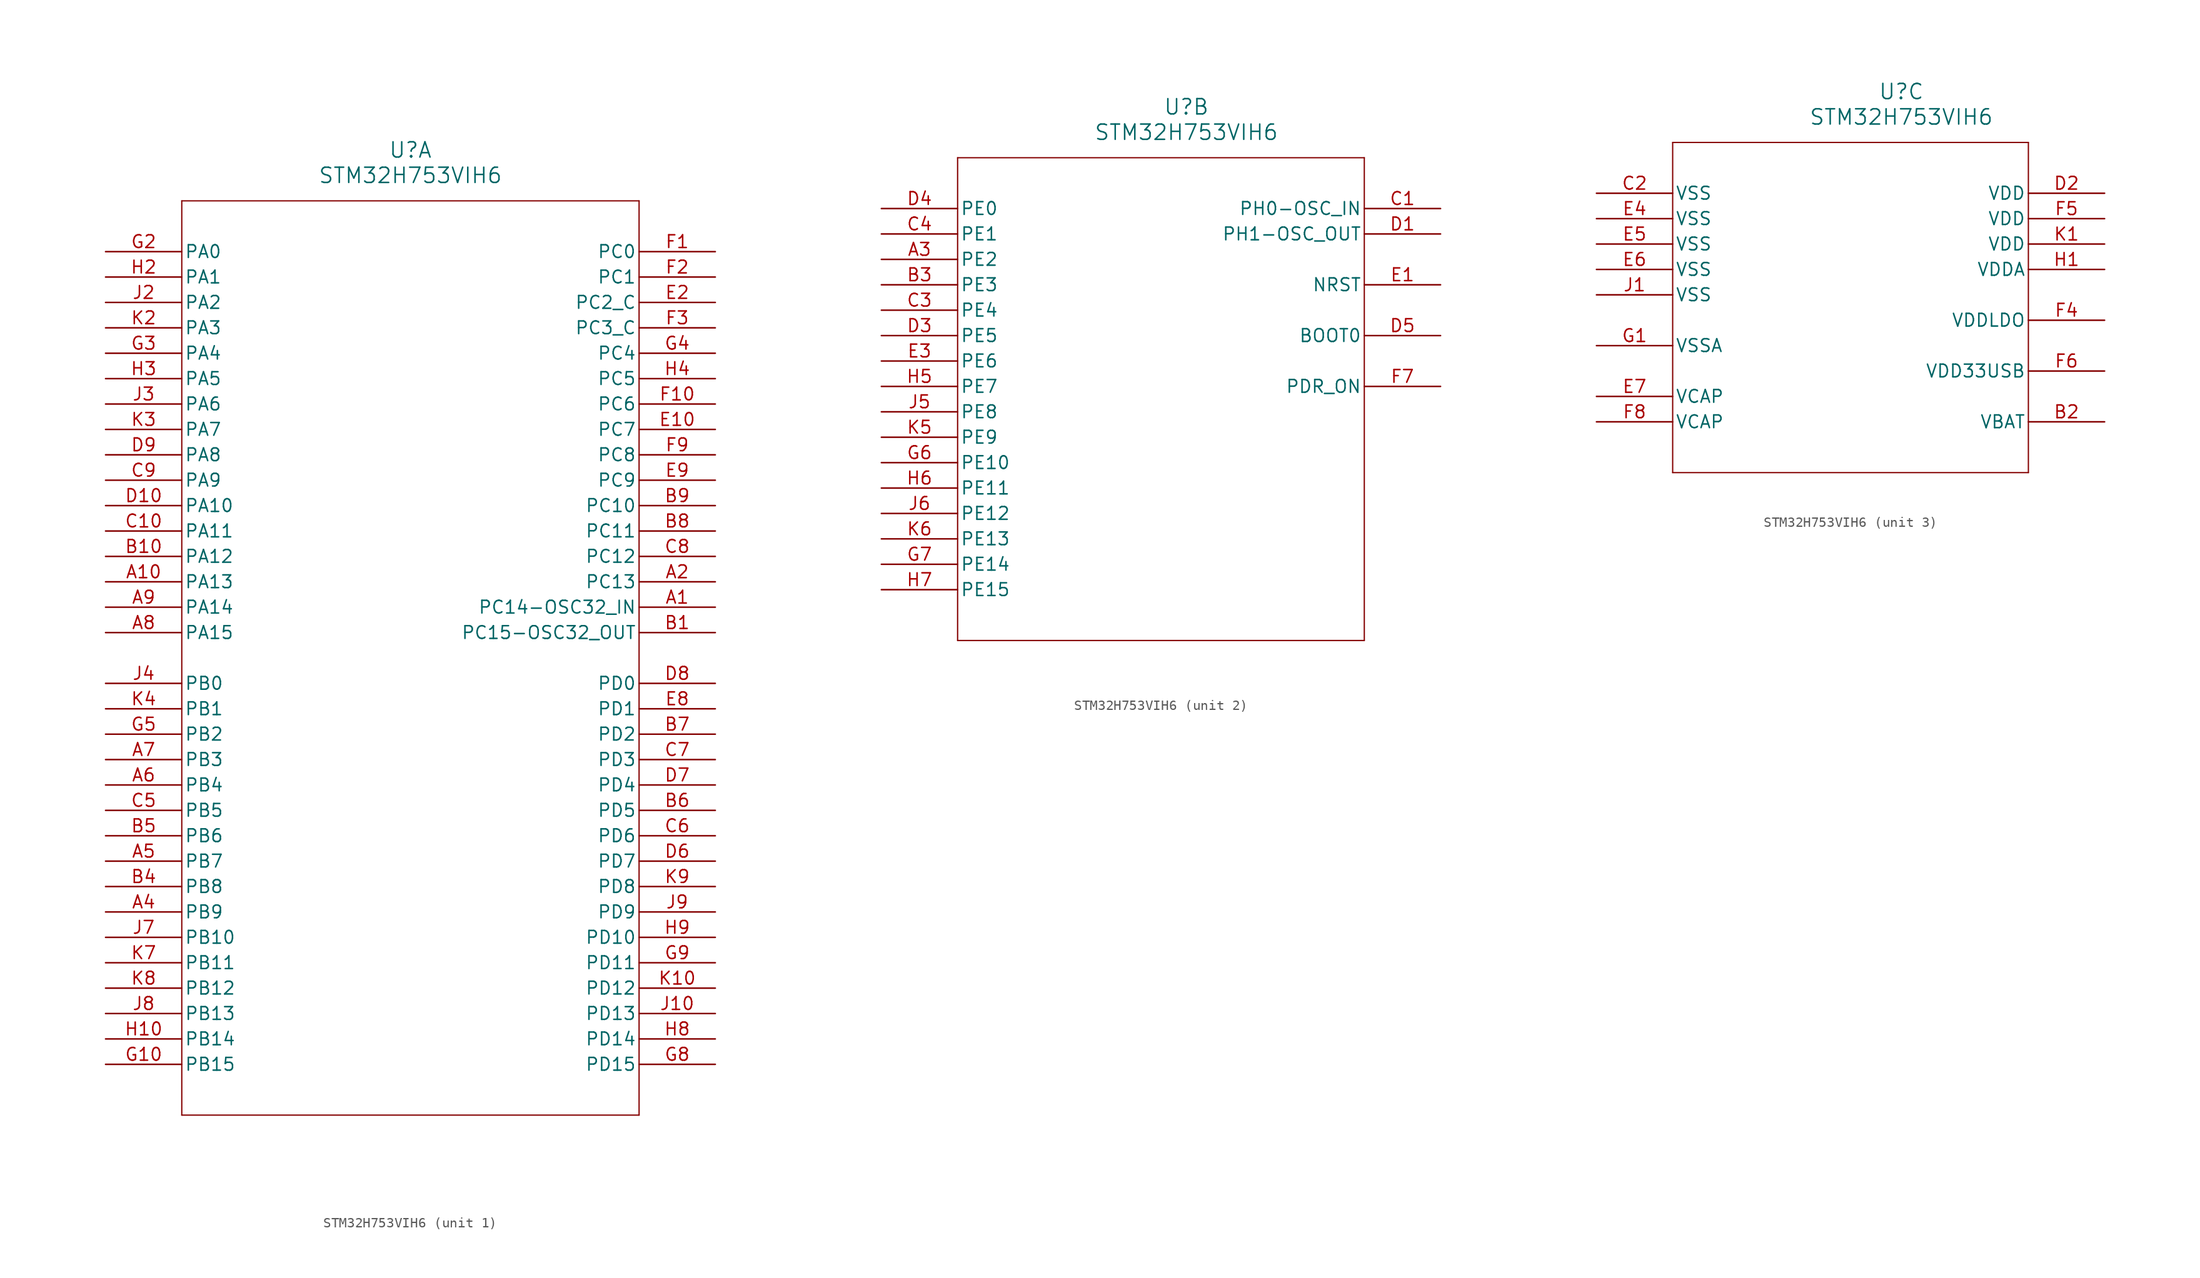
<source format=kicad_sym>
(kicad_symbol_lib
  (version 20211014)
  (generator kicad_symbol_editor)
  (symbol "STM32H753VIH6"
    (pin_names
      (offset 0.254))
    (property "Reference" "U"
      (at 30.48 10.16 0)
      (effects (font (size 1.524 1.524))))
    (property "Value" "STM32H753VIH6"
      (at 30.48 7.62 0)
      (effects (font (size 1.524 1.524))))
    (symbol "STM32H753VIH6_1_1"
      (polyline (pts (xy 7.62 5.08) (xy 7.62 -86.36)) (stroke (width 0.127) (type default) (color 0 0 0 0)) (fill (type none)))
      (polyline (pts (xy 7.62 -86.36) (xy 53.34 -86.36)) (stroke (width 0.127) (type default) (color 0 0 0 0)) (fill (type none)))
      (polyline (pts (xy 53.34 -86.36) (xy 53.34 5.08)) (stroke (width 0.127) (type default) (color 0 0 0 0)) (fill (type none)))
      (polyline (pts (xy 53.34 5.08) (xy 7.62 5.08)) (stroke (width 0.127) (type default) (color 0 0 0 0)) (fill (type none)))
      (pin bidirectional line (at 60.96 -35.56 180) (length 7.62) (name "PC14-OSC32_IN" (effects (font (size 1.27 1.27)))) (number "A1" (effects (font (size 1.27 1.27)))))
      (pin bidirectional line (at 60.96 -33.02 180) (length 7.62) (name "PC13" (effects (font (size 1.27 1.27)))) (number "A2" (effects (font (size 1.27 1.27)))))
      (pin bidirectional line (at 0 -66.04 0) (length 7.62) (name "PB9" (effects (font (size 1.27 1.27)))) (number "A4" (effects (font (size 1.27 1.27)))))
      (pin bidirectional line (at 0 -60.96 0) (length 7.62) (name "PB7" (effects (font (size 1.27 1.27)))) (number "A5" (effects (font (size 1.27 1.27)))))
      (pin bidirectional line (at 0 -53.34 0) (length 7.62) (name "PB4" (effects (font (size 1.27 1.27)))) (number "A6" (effects (font (size 1.27 1.27)))))
      (pin bidirectional line (at 0 -50.8 0) (length 7.62) (name "PB3" (effects (font (size 1.27 1.27)))) (number "A7" (effects (font (size 1.27 1.27)))))
      (pin bidirectional line (at 0 -38.1 0) (length 7.62) (name "PA15" (effects (font (size 1.27 1.27)))) (number "A8" (effects (font (size 1.27 1.27)))))
      (pin bidirectional line (at 0 -35.56 0) (length 7.62) (name "PA14" (effects (font (size 1.27 1.27)))) (number "A9" (effects (font (size 1.27 1.27)))))
      (pin bidirectional line (at 60.96 -38.1 180) (length 7.62) (name "PC15-OSC32_OUT" (effects (font (size 1.27 1.27)))) (number "B1" (effects (font (size 1.27 1.27)))))
      (pin bidirectional line (at 0 -63.5 0) (length 7.62) (name "PB8" (effects (font (size 1.27 1.27)))) (number "B4" (effects (font (size 1.27 1.27)))))
      (pin bidirectional line (at 0 -58.42 0) (length 7.62) (name "PB6" (effects (font (size 1.27 1.27)))) (number "B5" (effects (font (size 1.27 1.27)))))
      (pin bidirectional line (at 60.96 -55.88 180) (length 7.62) (name "PD5" (effects (font (size 1.27 1.27)))) (number "B6" (effects (font (size 1.27 1.27)))))
      (pin bidirectional line (at 60.96 -48.26 180) (length 7.62) (name "PD2" (effects (font (size 1.27 1.27)))) (number "B7" (effects (font (size 1.27 1.27)))))
      (pin bidirectional line (at 60.96 -27.94 180) (length 7.62) (name "PC11" (effects (font (size 1.27 1.27)))) (number "B8" (effects (font (size 1.27 1.27)))))
      (pin bidirectional line (at 60.96 -25.4 180) (length 7.62) (name "PC10" (effects (font (size 1.27 1.27)))) (number "B9" (effects (font (size 1.27 1.27)))))
      (pin bidirectional line (at 0 -55.88 0) (length 7.62) (name "PB5" (effects (font (size 1.27 1.27)))) (number "C5" (effects (font (size 1.27 1.27)))))
      (pin bidirectional line (at 60.96 -58.42 180) (length 7.62) (name "PD6" (effects (font (size 1.27 1.27)))) (number "C6" (effects (font (size 1.27 1.27)))))
      (pin bidirectional line (at 60.96 -50.8 180) (length 7.62) (name "PD3" (effects (font (size 1.27 1.27)))) (number "C7" (effects (font (size 1.27 1.27)))))
      (pin bidirectional line (at 60.96 -30.48 180) (length 7.62) (name "PC12" (effects (font (size 1.27 1.27)))) (number "C8" (effects (font (size 1.27 1.27)))))
      (pin bidirectional line (at 0 -22.86 0) (length 7.62) (name "PA9" (effects (font (size 1.27 1.27)))) (number "C9" (effects (font (size 1.27 1.27)))))
      (pin bidirectional line (at 60.96 -60.96 180) (length 7.62) (name "PD7" (effects (font (size 1.27 1.27)))) (number "D6" (effects (font (size 1.27 1.27)))))
      (pin bidirectional line (at 60.96 -53.34 180) (length 7.62) (name "PD4" (effects (font (size 1.27 1.27)))) (number "D7" (effects (font (size 1.27 1.27)))))
      (pin bidirectional line (at 60.96 -43.18 180) (length 7.62) (name "PD0" (effects (font (size 1.27 1.27)))) (number "D8" (effects (font (size 1.27 1.27)))))
      (pin bidirectional line (at 0 -20.32 0) (length 7.62) (name "PA8" (effects (font (size 1.27 1.27)))) (number "D9" (effects (font (size 1.27 1.27)))))
      (pin bidirectional line (at 60.96 -5.08 180) (length 7.62) (name "PC2_C" (effects (font (size 1.27 1.27)))) (number "E2" (effects (font (size 1.27 1.27)))))
      (pin bidirectional line (at 60.96 -45.72 180) (length 7.62) (name "PD1" (effects (font (size 1.27 1.27)))) (number "E8" (effects (font (size 1.27 1.27)))))
      (pin bidirectional line (at 60.96 -22.86 180) (length 7.62) (name "PC9" (effects (font (size 1.27 1.27)))) (number "E9" (effects (font (size 1.27 1.27)))))
      (pin bidirectional line (at 60.96 0 180) (length 7.62) (name "PC0" (effects (font (size 1.27 1.27)))) (number "F1" (effects (font (size 1.27 1.27)))))
      (pin bidirectional line (at 60.96 -2.54 180) (length 7.62) (name "PC1" (effects (font (size 1.27 1.27)))) (number "F2" (effects (font (size 1.27 1.27)))))
      (pin bidirectional line (at 60.96 -7.62 180) (length 7.62) (name "PC3_C" (effects (font (size 1.27 1.27)))) (number "F3" (effects (font (size 1.27 1.27)))))
      (pin bidirectional line (at 60.96 -20.32 180) (length 7.62) (name "PC8" (effects (font (size 1.27 1.27)))) (number "F9" (effects (font (size 1.27 1.27)))))
      (pin bidirectional line (at 0 0 0) (length 7.62) (name "PA0" (effects (font (size 1.27 1.27)))) (number "G2" (effects (font (size 1.27 1.27)))))
      (pin bidirectional line (at 0 -10.16 0) (length 7.62) (name "PA4" (effects (font (size 1.27 1.27)))) (number "G3" (effects (font (size 1.27 1.27)))))
      (pin bidirectional line (at 60.96 -10.16 180) (length 7.62) (name "PC4" (effects (font (size 1.27 1.27)))) (number "G4" (effects (font (size 1.27 1.27)))))
      (pin bidirectional line (at 0 -48.26 0) (length 7.62) (name "PB2" (effects (font (size 1.27 1.27)))) (number "G5" (effects (font (size 1.27 1.27)))))
      (pin bidirectional line (at 60.96 -81.28 180) (length 7.62) (name "PD15" (effects (font (size 1.27 1.27)))) (number "G8" (effects (font (size 1.27 1.27)))))
      (pin bidirectional line (at 60.96 -71.12 180) (length 7.62) (name "PD11" (effects (font (size 1.27 1.27)))) (number "G9" (effects (font (size 1.27 1.27)))))
      (pin bidirectional line (at 0 -2.54 0) (length 7.62) (name "PA1" (effects (font (size 1.27 1.27)))) (number "H2" (effects (font (size 1.27 1.27)))))
      (pin bidirectional line (at 0 -12.7 0) (length 7.62) (name "PA5" (effects (font (size 1.27 1.27)))) (number "H3" (effects (font (size 1.27 1.27)))))
      (pin bidirectional line (at 60.96 -12.7 180) (length 7.62) (name "PC5" (effects (font (size 1.27 1.27)))) (number "H4" (effects (font (size 1.27 1.27)))))
      (pin bidirectional line (at 60.96 -78.74 180) (length 7.62) (name "PD14" (effects (font (size 1.27 1.27)))) (number "H8" (effects (font (size 1.27 1.27)))))
      (pin bidirectional line (at 60.96 -68.58 180) (length 7.62) (name "PD10" (effects (font (size 1.27 1.27)))) (number "H9" (effects (font (size 1.27 1.27)))))
      (pin bidirectional line (at 0 -5.08 0) (length 7.62) (name "PA2" (effects (font (size 1.27 1.27)))) (number "J2" (effects (font (size 1.27 1.27)))))
      (pin bidirectional line (at 0 -15.24 0) (length 7.62) (name "PA6" (effects (font (size 1.27 1.27)))) (number "J3" (effects (font (size 1.27 1.27)))))
      (pin bidirectional line (at 0 -43.18 0) (length 7.62) (name "PB0" (effects (font (size 1.27 1.27)))) (number "J4" (effects (font (size 1.27 1.27)))))
      (pin bidirectional line (at 0 -68.58 0) (length 7.62) (name "PB10" (effects (font (size 1.27 1.27)))) (number "J7" (effects (font (size 1.27 1.27)))))
      (pin bidirectional line (at 0 -76.2 0) (length 7.62) (name "PB13" (effects (font (size 1.27 1.27)))) (number "J8" (effects (font (size 1.27 1.27)))))
      (pin bidirectional line (at 60.96 -66.04 180) (length 7.62) (name "PD9" (effects (font (size 1.27 1.27)))) (number "J9" (effects (font (size 1.27 1.27)))))
      (pin bidirectional line (at 0 -7.62 0) (length 7.62) (name "PA3" (effects (font (size 1.27 1.27)))) (number "K2" (effects (font (size 1.27 1.27)))))
      (pin bidirectional line (at 0 -17.78 0) (length 7.62) (name "PA7" (effects (font (size 1.27 1.27)))) (number "K3" (effects (font (size 1.27 1.27)))))
      (pin bidirectional line (at 0 -45.72 0) (length 7.62) (name "PB1" (effects (font (size 1.27 1.27)))) (number "K4" (effects (font (size 1.27 1.27)))))
      (pin bidirectional line (at 0 -71.12 0) (length 7.62) (name "PB11" (effects (font (size 1.27 1.27)))) (number "K7" (effects (font (size 1.27 1.27)))))
      (pin bidirectional line (at 0 -73.66 0) (length 7.62) (name "PB12" (effects (font (size 1.27 1.27)))) (number "K8" (effects (font (size 1.27 1.27)))))
      (pin bidirectional line (at 60.96 -63.5 180) (length 7.62) (name "PD8" (effects (font (size 1.27 1.27)))) (number "K9" (effects (font (size 1.27 1.27)))))
      (pin bidirectional line (at 0 -33.02 0) (length 7.62) (name "PA13" (effects (font (size 1.27 1.27)))) (number "A10" (effects (font (size 1.27 1.27)))))
      (pin bidirectional line (at 0 -30.48 0) (length 7.62) (name "PA12" (effects (font (size 1.27 1.27)))) (number "B10" (effects (font (size 1.27 1.27)))))
      (pin bidirectional line (at 0 -27.94 0) (length 7.62) (name "PA11" (effects (font (size 1.27 1.27)))) (number "C10" (effects (font (size 1.27 1.27)))))
      (pin bidirectional line (at 0 -25.4 0) (length 7.62) (name "PA10" (effects (font (size 1.27 1.27)))) (number "D10" (effects (font (size 1.27 1.27)))))
      (pin bidirectional line (at 60.96 -17.78 180) (length 7.62) (name "PC7" (effects (font (size 1.27 1.27)))) (number "E10" (effects (font (size 1.27 1.27)))))
      (pin bidirectional line (at 60.96 -15.24 180) (length 7.62) (name "PC6" (effects (font (size 1.27 1.27)))) (number "F10" (effects (font (size 1.27 1.27)))))
      (pin bidirectional line (at 0 -81.28 0) (length 7.62) (name "PB15" (effects (font (size 1.27 1.27)))) (number "G10" (effects (font (size 1.27 1.27)))))
      (pin bidirectional line (at 0 -78.74 0) (length 7.62) (name "PB14" (effects (font (size 1.27 1.27)))) (number "H10" (effects (font (size 1.27 1.27)))))
      (pin bidirectional line (at 60.96 -76.2 180) (length 7.62) (name "PD13" (effects (font (size 1.27 1.27)))) (number "J10" (effects (font (size 1.27 1.27)))))
      (pin bidirectional line (at 60.96 -73.66 180) (length 7.62) (name "PD12" (effects (font (size 1.27 1.27)))) (number "K10" (effects (font (size 1.27 1.27))))))
    (symbol "STM32H753VIH6_2_1"
      (polyline (pts (xy 7.62 5.08) (xy 7.62 -43.18)) (stroke (width 0.127) (type default) (color 0 0 0 0)) (fill (type none)))
      (polyline (pts (xy 7.62 -43.18) (xy 48.26 -43.18)) (stroke (width 0.127) (type default) (color 0 0 0 0)) (fill (type none)))
      (polyline (pts (xy 48.26 -43.18) (xy 48.26 5.08)) (stroke (width 0.127) (type default) (color 0 0 0 0)) (fill (type none)))
      (polyline (pts (xy 48.26 5.08) (xy 7.62 5.08)) (stroke (width 0.127) (type default) (color 0 0 0 0)) (fill (type none)))
      (pin bidirectional line (at 0 -5.08 0) (length 7.62) (name "PE2" (effects (font (size 1.27 1.27)))) (number "A3" (effects (font (size 1.27 1.27)))))
      (pin bidirectional line (at 0 -7.62 0) (length 7.62) (name "PE3" (effects (font (size 1.27 1.27)))) (number "B3" (effects (font (size 1.27 1.27)))))
      (pin bidirectional line (at 55.88 0 180) (length 7.62) (name "PH0-OSC_IN" (effects (font (size 1.27 1.27)))) (number "C1" (effects (font (size 1.27 1.27)))))
      (pin bidirectional line (at 0 -10.16 0) (length 7.62) (name "PE4" (effects (font (size 1.27 1.27)))) (number "C3" (effects (font (size 1.27 1.27)))))
      (pin bidirectional line (at 0 -2.54 0) (length 7.62) (name "PE1" (effects (font (size 1.27 1.27)))) (number "C4" (effects (font (size 1.27 1.27)))))
      (pin bidirectional line (at 55.88 -2.54 180) (length 7.62) (name "PH1-OSC_OUT" (effects (font (size 1.27 1.27)))) (number "D1" (effects (font (size 1.27 1.27)))))
      (pin bidirectional line (at 0 -12.7 0) (length 7.62) (name "PE5" (effects (font (size 1.27 1.27)))) (number "D3" (effects (font (size 1.27 1.27)))))
      (pin bidirectional line (at 0 0 0) (length 7.62) (name "PE0" (effects (font (size 1.27 1.27)))) (number "D4" (effects (font (size 1.27 1.27)))))
      (pin input line (at 55.88 -12.7 180) (length 7.62) (name "BOOT0" (effects (font (size 1.27 1.27)))) (number "D5" (effects (font (size 1.27 1.27)))))
      (pin bidirectional line (at 55.88 -7.62 180) (length 7.62) (name "NRST" (effects (font (size 1.27 1.27)))) (number "E1" (effects (font (size 1.27 1.27)))))
      (pin bidirectional line (at 0 -15.24 0) (length 7.62) (name "PE6" (effects (font (size 1.27 1.27)))) (number "E3" (effects (font (size 1.27 1.27)))))
      (pin bidirectional line (at 55.88 -17.78 180) (length 7.62) (name "PDR_ON" (effects (font (size 1.27 1.27)))) (number "F7" (effects (font (size 1.27 1.27)))))
      (pin bidirectional line (at 0 -25.4 0) (length 7.62) (name "PE10" (effects (font (size 1.27 1.27)))) (number "G6" (effects (font (size 1.27 1.27)))))
      (pin bidirectional line (at 0 -35.56 0) (length 7.62) (name "PE14" (effects (font (size 1.27 1.27)))) (number "G7" (effects (font (size 1.27 1.27)))))
      (pin bidirectional line (at 0 -17.78 0) (length 7.62) (name "PE7" (effects (font (size 1.27 1.27)))) (number "H5" (effects (font (size 1.27 1.27)))))
      (pin bidirectional line (at 0 -27.94 0) (length 7.62) (name "PE11" (effects (font (size 1.27 1.27)))) (number "H6" (effects (font (size 1.27 1.27)))))
      (pin bidirectional line (at 0 -38.1 0) (length 7.62) (name "PE15" (effects (font (size 1.27 1.27)))) (number "H7" (effects (font (size 1.27 1.27)))))
      (pin bidirectional line (at 0 -20.32 0) (length 7.62) (name "PE8" (effects (font (size 1.27 1.27)))) (number "J5" (effects (font (size 1.27 1.27)))))
      (pin bidirectional line (at 0 -30.48 0) (length 7.62) (name "PE12" (effects (font (size 1.27 1.27)))) (number "J6" (effects (font (size 1.27 1.27)))))
      (pin bidirectional line (at 0 -22.86 0) (length 7.62) (name "PE9" (effects (font (size 1.27 1.27)))) (number "K5" (effects (font (size 1.27 1.27)))))
      (pin bidirectional line (at 0 -33.02 0) (length 7.62) (name "PE13" (effects (font (size 1.27 1.27)))) (number "K6" (effects (font (size 1.27 1.27))))))
    (symbol "STM32H753VIH6_3_1"
      (polyline (pts (xy 7.62 5.08) (xy 7.62 -27.94)) (stroke (width 0.127) (type default) (color 0 0 0 0)) (fill (type none)))
      (polyline (pts (xy 7.62 -27.94) (xy 43.18 -27.94)) (stroke (width 0.127) (type default) (color 0 0 0 0)) (fill (type none)))
      (polyline (pts (xy 43.18 -27.94) (xy 43.18 5.08)) (stroke (width 0.127) (type default) (color 0 0 0 0)) (fill (type none)))
      (polyline (pts (xy 43.18 5.08) (xy 7.62 5.08)) (stroke (width 0.127) (type default) (color 0 0 0 0)) (fill (type none)))
      (pin power_in line (at 50.8 -22.86 180) (length 7.62) (name "VBAT" (effects (font (size 1.27 1.27)))) (number "B2" (effects (font (size 1.27 1.27)))))
      (pin power_in line (at 0 0 0) (length 7.62) (name "VSS" (effects (font (size 1.27 1.27)))) (number "C2" (effects (font (size 1.27 1.27)))))
      (pin power_in line (at 50.8 0 180) (length 7.62) (name "VDD" (effects (font (size 1.27 1.27)))) (number "D2" (effects (font (size 1.27 1.27)))))
      (pin power_in line (at 0 -2.54 0) (length 7.62) (name "VSS" (effects (font (size 1.27 1.27)))) (number "E4" (effects (font (size 1.27 1.27)))))
      (pin power_in line (at 0 -5.08 0) (length 7.62) (name "VSS" (effects (font (size 1.27 1.27)))) (number "E5" (effects (font (size 1.27 1.27)))))
      (pin power_in line (at 0 -7.62 0) (length 7.62) (name "VSS" (effects (font (size 1.27 1.27)))) (number "E6" (effects (font (size 1.27 1.27)))))
      (pin power_in line (at 0 -20.32 0) (length 7.62) (name "VCAP" (effects (font (size 1.27 1.27)))) (number "E7" (effects (font (size 1.27 1.27)))))
      (pin power_in line (at 50.8 -12.7 180) (length 7.62) (name "VDDLDO" (effects (font (size 1.27 1.27)))) (number "F4" (effects (font (size 1.27 1.27)))))
      (pin power_in line (at 50.8 -2.54 180) (length 7.62) (name "VDD" (effects (font (size 1.27 1.27)))) (number "F5" (effects (font (size 1.27 1.27)))))
      (pin power_in line (at 50.8 -17.78 180) (length 7.62) (name "VDD33USB" (effects (font (size 1.27 1.27)))) (number "F6" (effects (font (size 1.27 1.27)))))
      (pin power_in line (at 0 -22.86 0) (length 7.62) (name "VCAP" (effects (font (size 1.27 1.27)))) (number "F8" (effects (font (size 1.27 1.27)))))
      (pin power_in line (at 0 -15.24 0) (length 7.62) (name "VSSA" (effects (font (size 1.27 1.27)))) (number "G1" (effects (font (size 1.27 1.27)))))
      (pin power_in line (at 50.8 -7.62 180) (length 7.62) (name "VDDA" (effects (font (size 1.27 1.27)))) (number "H1" (effects (font (size 1.27 1.27)))))
      (pin power_in line (at 0 -10.16 0) (length 7.62) (name "VSS" (effects (font (size 1.27 1.27)))) (number "J1" (effects (font (size 1.27 1.27)))))
      (pin power_in line (at 50.8 -5.08 180) (length 7.62) (name "VDD" (effects (font (size 1.27 1.27)))) (number "K1" (effects (font (size 1.27 1.27))))))))
</source>
